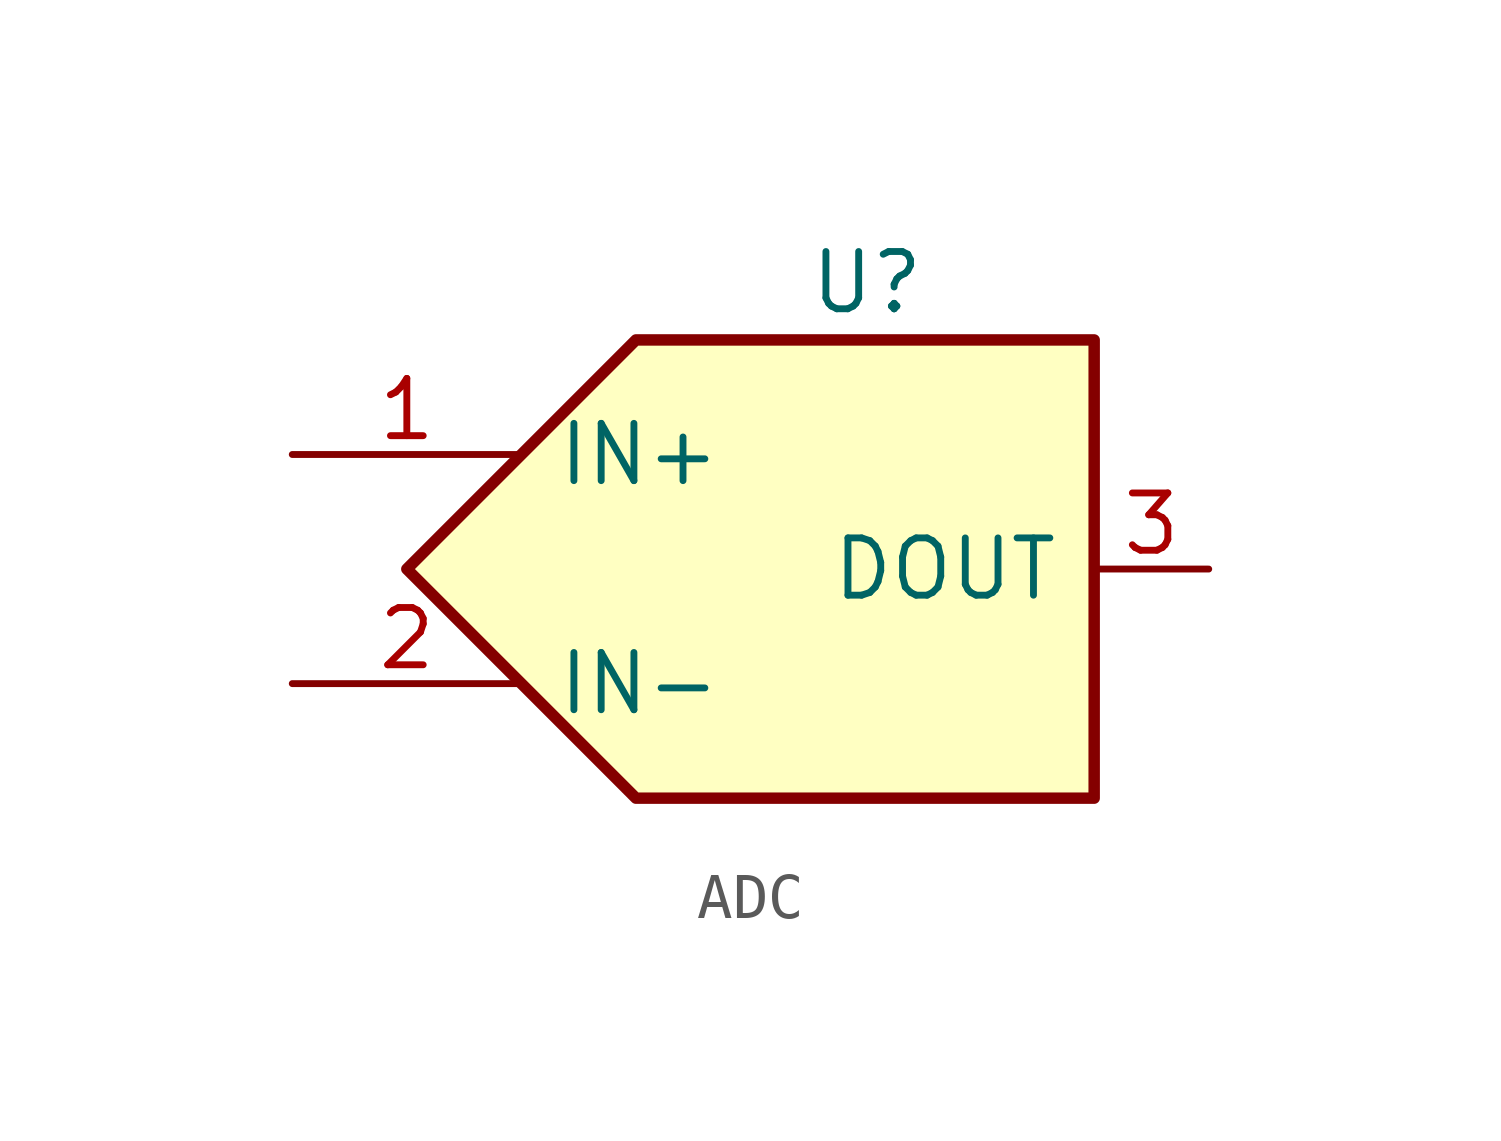
<source format=kicad_sym>
(kicad_symbol_lib
  (version 20231120)
  (generator "kicad_symbol_editor")
  (generator_version "8.0")
  (symbol "ADC"
    (pin_names
      (offset 0.762))
    (property "Reference" "U"
      (at 1.27 6.35 0)
      (effects (font (size 1.27 1.27)) (justify left)))
    (symbol "ADC_0_1"
      (polyline (pts (xy -2.54 5.08) (xy 7.62 5.08) (xy 7.62 -5.08) (xy -2.54 -5.08) (xy -7.62 0) (xy -2.54 5.08)) (stroke (width 0.254) (type default)) (fill (type background))))
    (symbol "ADC_1_1"
      (pin input line (at -10.16 2.54 0) (length 5.08) (name "IN+" (effects (font (size 1.27 1.27)))) (number "1" (effects (font (size 1.27 1.27)))))
      (pin input line (at -10.16 -2.54 0) (length 5.08) (name "IN-" (effects (font (size 1.27 1.27)))) (number "2" (effects (font (size 1.27 1.27)))))
      (pin output line (at 10.16 0 180) (length 2.54) (name "DOUT" (effects (font (size 1.27 1.27)))) (number "3" (effects (font (size 1.27 1.27))))))))
</source>
